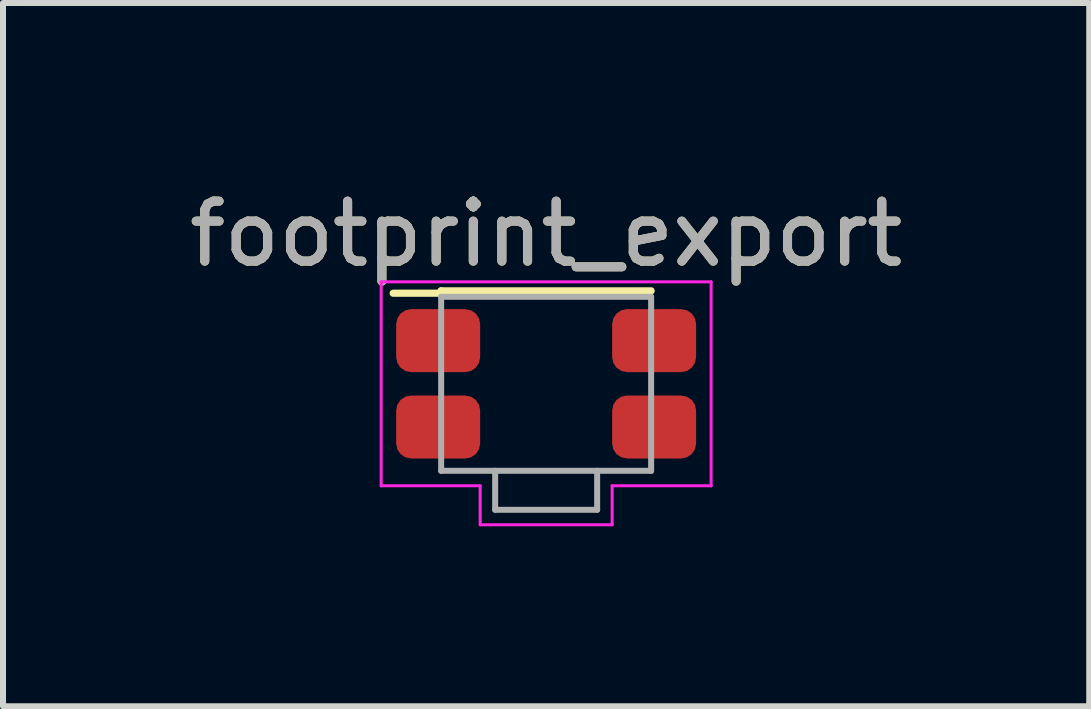
<source format=kicad_pcb>
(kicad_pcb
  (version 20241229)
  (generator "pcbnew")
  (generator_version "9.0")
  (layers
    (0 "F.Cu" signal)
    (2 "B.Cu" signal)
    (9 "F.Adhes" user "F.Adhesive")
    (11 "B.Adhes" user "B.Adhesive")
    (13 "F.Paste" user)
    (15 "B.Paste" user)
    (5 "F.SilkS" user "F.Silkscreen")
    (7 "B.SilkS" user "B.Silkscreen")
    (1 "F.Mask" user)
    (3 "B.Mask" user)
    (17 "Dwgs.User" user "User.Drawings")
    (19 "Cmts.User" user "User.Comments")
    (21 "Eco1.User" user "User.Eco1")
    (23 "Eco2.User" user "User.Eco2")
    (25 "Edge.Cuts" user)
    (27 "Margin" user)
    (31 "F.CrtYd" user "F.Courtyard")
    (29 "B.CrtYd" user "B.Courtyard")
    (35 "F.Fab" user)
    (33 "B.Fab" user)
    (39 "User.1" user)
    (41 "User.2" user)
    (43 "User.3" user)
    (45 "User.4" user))
  (footprint "footprint_export"
    (layer "F.Cu")
    (at 6.054 3.348)
    (property "Reference" "footprint_export" (at 0 -2.5 0) (layer "F.SilkS") (effects (font (size 1 1) (thickness 0.15))))
    (attr smd)
    (fp_line (start -2.55 -1.51) (end -1.75 -1.51) (stroke (width 0.12) (type default)) (layer "F.SilkS"))
    (fp_line (start -1.75 -1.55) (end -1.75 -1.51) (stroke (width 0.12) (type default)) (layer "F.SilkS"))
    (fp_line (start -1.75 -1.55) (end 1.75 -1.55) (stroke (width 0.12) (type solid)) (layer "F.SilkS"))
    (fp_line (start -2.75 -1.7) (end 2.75 -1.7) (stroke (width 0.05) (type solid)) (layer "F.CrtYd"))
    (fp_line (start -2.75 1.7) (end -2.75 -1.7) (stroke (width 0.05) (type solid)) (layer "F.CrtYd"))
    (fp_line (start -1.1 1.7) (end -2.75 1.7) (stroke (width 0.05) (type solid)) (layer "F.CrtYd"))
    (fp_line (start -1.1 2.35) (end -1.1 1.7) (stroke (width 0.05) (type solid)) (layer "F.CrtYd"))
    (fp_line (start 1.1 1.7) (end 1.1 2.35) (stroke (width 0.05) (type solid)) (layer "F.CrtYd"))
    (fp_line (start 1.1 2.35) (end -1.1 2.35) (stroke (width 0.05) (type solid)) (layer "F.CrtYd"))
    (fp_line (start 2.75 -1.7) (end 2.75 1.7) (stroke (width 0.05) (type solid)) (layer "F.CrtYd"))
    (fp_line (start 2.75 1.7) (end 1.1 1.7) (stroke (width 0.05) (type solid)) (layer "F.CrtYd"))
    (fp_line (start -1.75 -1.45) (end 1.75 -1.45) (stroke (width 0.1) (type solid)) (layer "F.Fab"))
    (fp_line (start -1.75 1.45) (end -1.75 -1.45) (stroke (width 0.1) (type solid)) (layer "F.Fab"))
    (fp_line (start -0.85 2.1) (end -0.85 1.45) (stroke (width 0.1) (type solid)) (layer "F.Fab"))
    (fp_line (start -0.85 2.1) (end 0.85 2.1) (stroke (width 0.1) (type solid)) (layer "F.Fab"))
    (fp_line (start 0.85 2.1) (end 0.85 1.45) (stroke (width 0.1) (type solid)) (layer "F.Fab"))
    (fp_line (start 1.75 -1.45) (end 1.75 1.45) (stroke (width 0.1) (type solid)) (layer "F.Fab"))
    (fp_line (start 1.75 1.45) (end -1.75 1.45) (stroke (width 0.1) (type solid)) (layer "F.Fab"))
    (fp_text user "${REFERENCE}" (at 0 -2.5 0) (layer "F.Fab") (effects (font (size 1 1) (thickness 0.15))))
    (pad "1" smd roundrect (at -1.8 -0.72) (size 1.4 1.05) (layers "F.Cu" "F.Mask" "F.Paste") (roundrect_rratio 0.238))
    (pad "1" smd roundrect (at 1.8 -0.72) (size 1.4 1.05) (layers "F.Cu" "F.Mask" "F.Paste") (roundrect_rratio 0.238))
    (pad "2" smd roundrect (at -1.8 0.72) (size 1.4 1.05) (layers "F.Cu" "F.Mask" "F.Paste") (roundrect_rratio 0.238))
    (pad "2" smd roundrect (at 1.8 0.72) (size 1.4 1.05) (layers "F.Cu" "F.Mask" "F.Paste") (roundrect_rratio 0.238)))
  (gr_rect
    (start -3 -3)
    (end 15.107 8.723)
    (stroke (width 0.1) (type default))
    (fill no)
    (layer "Edge.Cuts")))
</source>
